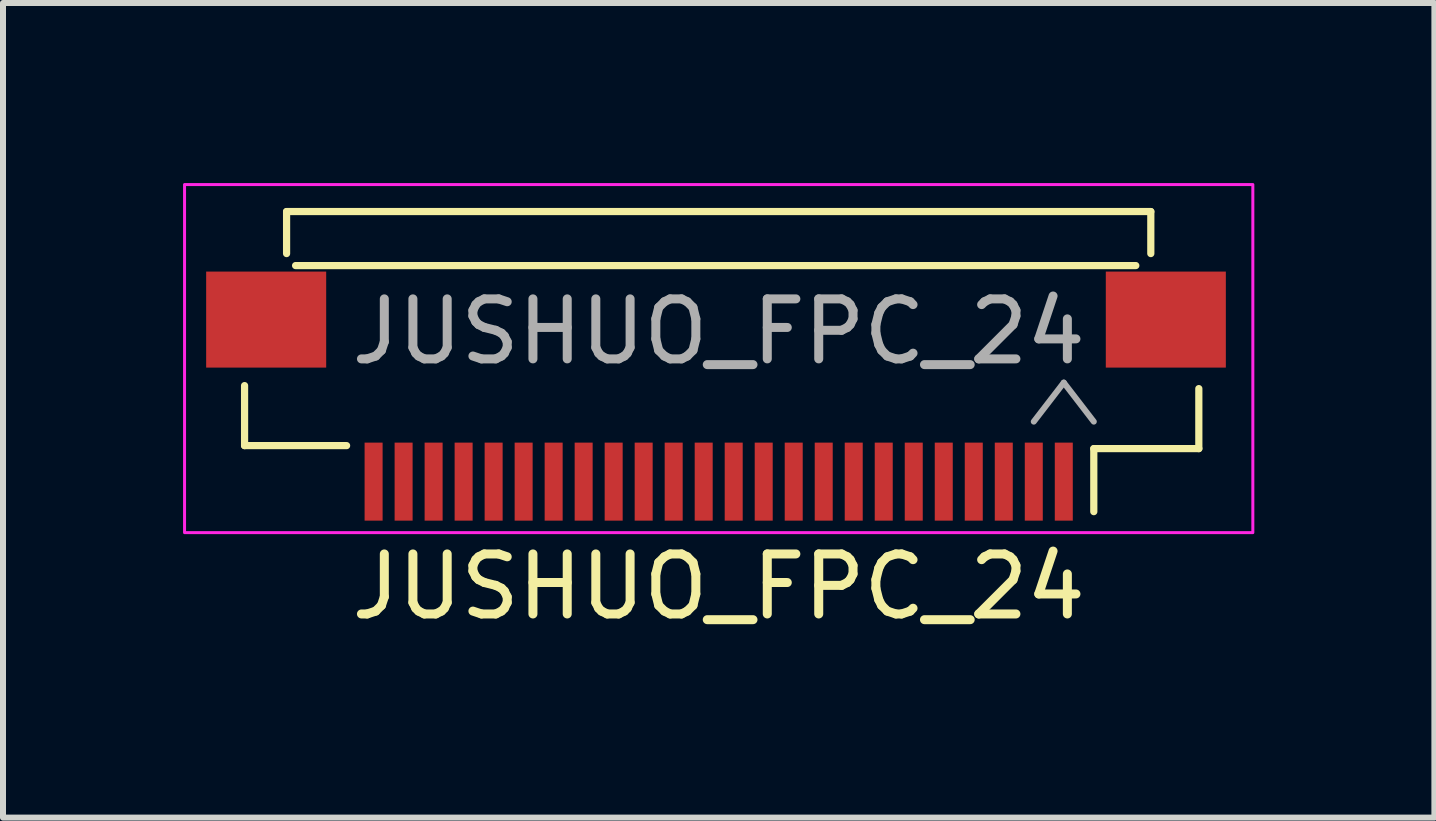
<source format=kicad_pcb>
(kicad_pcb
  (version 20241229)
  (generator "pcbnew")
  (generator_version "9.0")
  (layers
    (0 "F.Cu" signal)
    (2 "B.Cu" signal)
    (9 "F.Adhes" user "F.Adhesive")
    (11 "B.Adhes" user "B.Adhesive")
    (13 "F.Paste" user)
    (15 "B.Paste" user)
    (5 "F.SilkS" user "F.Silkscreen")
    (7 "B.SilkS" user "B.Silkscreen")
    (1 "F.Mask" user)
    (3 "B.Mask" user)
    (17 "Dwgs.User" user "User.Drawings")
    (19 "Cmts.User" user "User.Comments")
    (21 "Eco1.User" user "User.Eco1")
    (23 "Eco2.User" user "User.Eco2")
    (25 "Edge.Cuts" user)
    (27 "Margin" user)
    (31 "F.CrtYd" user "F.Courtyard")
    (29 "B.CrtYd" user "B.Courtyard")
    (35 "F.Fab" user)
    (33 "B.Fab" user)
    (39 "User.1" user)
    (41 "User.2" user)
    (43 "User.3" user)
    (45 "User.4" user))
  (footprint "JUSHUO_FPC_24"
    (layer "F.Cu")
    (at 8.925 3.725)
    (property "Reference" "JUSHUO_FPC_24" (at 0 3 0) (unlocked yes) (layer "F.SilkS") (effects (font (size 1 1) (thickness 0.15))))
    (attr smd)
    (fp_line (start -7.9 -0.35) (end -7.9 0.65) (stroke (width 0.12) (type solid)) (layer "F.SilkS"))
    (fp_line (start -7.9 0.65) (end -6.2 0.65) (stroke (width 0.12) (type solid)) (layer "F.SilkS"))
    (fp_line (start -7.2 -3.25) (end -7.2 -2.55) (stroke (width 0.12) (type solid)) (layer "F.SilkS"))
    (fp_line (start -7.2 -3.25) (end 7.2 -3.25) (stroke (width 0.12) (type solid)) (layer "F.SilkS"))
    (fp_line (start 6.25 0.7) (end 6.25 1.75) (stroke (width 0.12) (type solid)) (layer "F.SilkS"))
    (fp_line (start 6.95 -2.35) (end -7.05 -2.35) (stroke (width 0.12) (type solid)) (layer "F.SilkS"))
    (fp_line (start 7.2 -3.25) (end 7.2 -2.55) (stroke (width 0.12) (type solid)) (layer "F.SilkS"))
    (fp_line (start 8 -0.3) (end 8 0.7) (stroke (width 0.12) (type solid)) (layer "F.SilkS"))
    (fp_line (start 8 0.7) (end 6.25 0.7) (stroke (width 0.12) (type solid)) (layer "F.SilkS"))
    (fp_rect (start 8.9 2.1) (end -8.9 -3.7) (stroke (width 0.05) (type solid)) (fill no) (layer "F.CrtYd"))
    (fp_line (start 5.25 0.25) (end 5.75 -0.4) (stroke (width 0.1) (type solid)) (layer "F.Fab"))
    (fp_line (start 5.75 -0.4) (end 6.25 0.25) (stroke (width 0.1) (type solid)) (layer "F.Fab"))
    (fp_text user "${REFERENCE}" (at 0 -1.25 0) (unlocked yes) (layer "F.Fab") (effects (font (size 1 1) (thickness 0.15))))
    (pad "1" smd rect (at 5.75 1.25) (size 0.3 1.3) (layers "F.Cu" "F.Mask" "F.Paste"))
    (pad "2" smd rect (at 5.25 1.25) (size 0.3 1.3) (layers "F.Cu" "F.Mask" "F.Paste"))
    (pad "3" smd rect (at 4.75 1.25) (size 0.3 1.3) (layers "F.Cu" "F.Mask" "F.Paste"))
    (pad "4" smd rect (at 4.25 1.25) (size 0.3 1.3) (layers "F.Cu" "F.Mask" "F.Paste"))
    (pad "5" smd rect (at 3.75 1.25) (size 0.3 1.3) (layers "F.Cu" "F.Mask" "F.Paste"))
    (pad "6" smd rect (at 3.25 1.25) (size 0.3 1.3) (layers "F.Cu" "F.Mask" "F.Paste"))
    (pad "7" smd rect (at 2.75 1.25) (size 0.3 1.3) (layers "F.Cu" "F.Mask" "F.Paste"))
    (pad "8" smd rect (at 2.25 1.25) (size 0.3 1.3) (layers "F.Cu" "F.Mask" "F.Paste"))
    (pad "9" smd rect (at 1.75 1.25) (size 0.3 1.3) (layers "F.Cu" "F.Mask" "F.Paste"))
    (pad "10" smd rect (at 1.25 1.25) (size 0.3 1.3) (layers "F.Cu" "F.Mask" "F.Paste"))
    (pad "11" smd rect (at 0.75 1.25) (size 0.3 1.3) (layers "F.Cu" "F.Mask" "F.Paste"))
    (pad "12" smd rect (at 0.25 1.25) (size 0.3 1.3) (layers "F.Cu" "F.Mask" "F.Paste"))
    (pad "13" smd rect (at -0.25 1.25) (size 0.3 1.3) (layers "F.Cu" "F.Mask" "F.Paste"))
    (pad "14" smd rect (at -0.75 1.25) (size 0.3 1.3) (layers "F.Cu" "F.Mask" "F.Paste"))
    (pad "15" smd rect (at -1.25 1.25) (size 0.3 1.3) (layers "F.Cu" "F.Mask" "F.Paste"))
    (pad "16" smd rect (at -1.75 1.25) (size 0.3 1.3) (layers "F.Cu" "F.Mask" "F.Paste"))
    (pad "17" smd rect (at -2.25 1.25) (size 0.3 1.3) (layers "F.Cu" "F.Mask" "F.Paste"))
    (pad "18" smd rect (at -2.75 1.25) (size 0.3 1.3) (layers "F.Cu" "F.Mask" "F.Paste"))
    (pad "19" smd rect (at -3.25 1.25) (size 0.3 1.3) (layers "F.Cu" "F.Mask" "F.Paste"))
    (pad "20" smd rect (at -3.75 1.25) (size 0.3 1.3) (layers "F.Cu" "F.Mask" "F.Paste"))
    (pad "21" smd rect (at -4.25 1.25) (size 0.3 1.3) (layers "F.Cu" "F.Mask" "F.Paste"))
    (pad "22" smd rect (at -4.75 1.25) (size 0.3 1.3) (layers "F.Cu" "F.Mask" "F.Paste"))
    (pad "23" smd rect (at -5.25 1.25) (size 0.3 1.3) (layers "F.Cu" "F.Mask" "F.Paste"))
    (pad "24" smd rect (at -5.75 1.25) (size 0.3 1.3) (layers "F.Cu" "F.Mask" "F.Paste"))
    (pad "MP0" smd rect (at 7.45 -1.45) (size 2 1.6) (layers "F.Cu" "F.Mask" "F.Paste"))
    (pad "MP1" smd rect (at -7.54 -1.45) (size 2 1.6) (layers "F.Cu" "F.Mask" "F.Paste")))
  (gr_rect
    (start -3 -3)
    (end 20.85 10.573)
    (stroke (width 0.1) (type default))
    (fill no)
    (layer "Edge.Cuts")))
</source>
